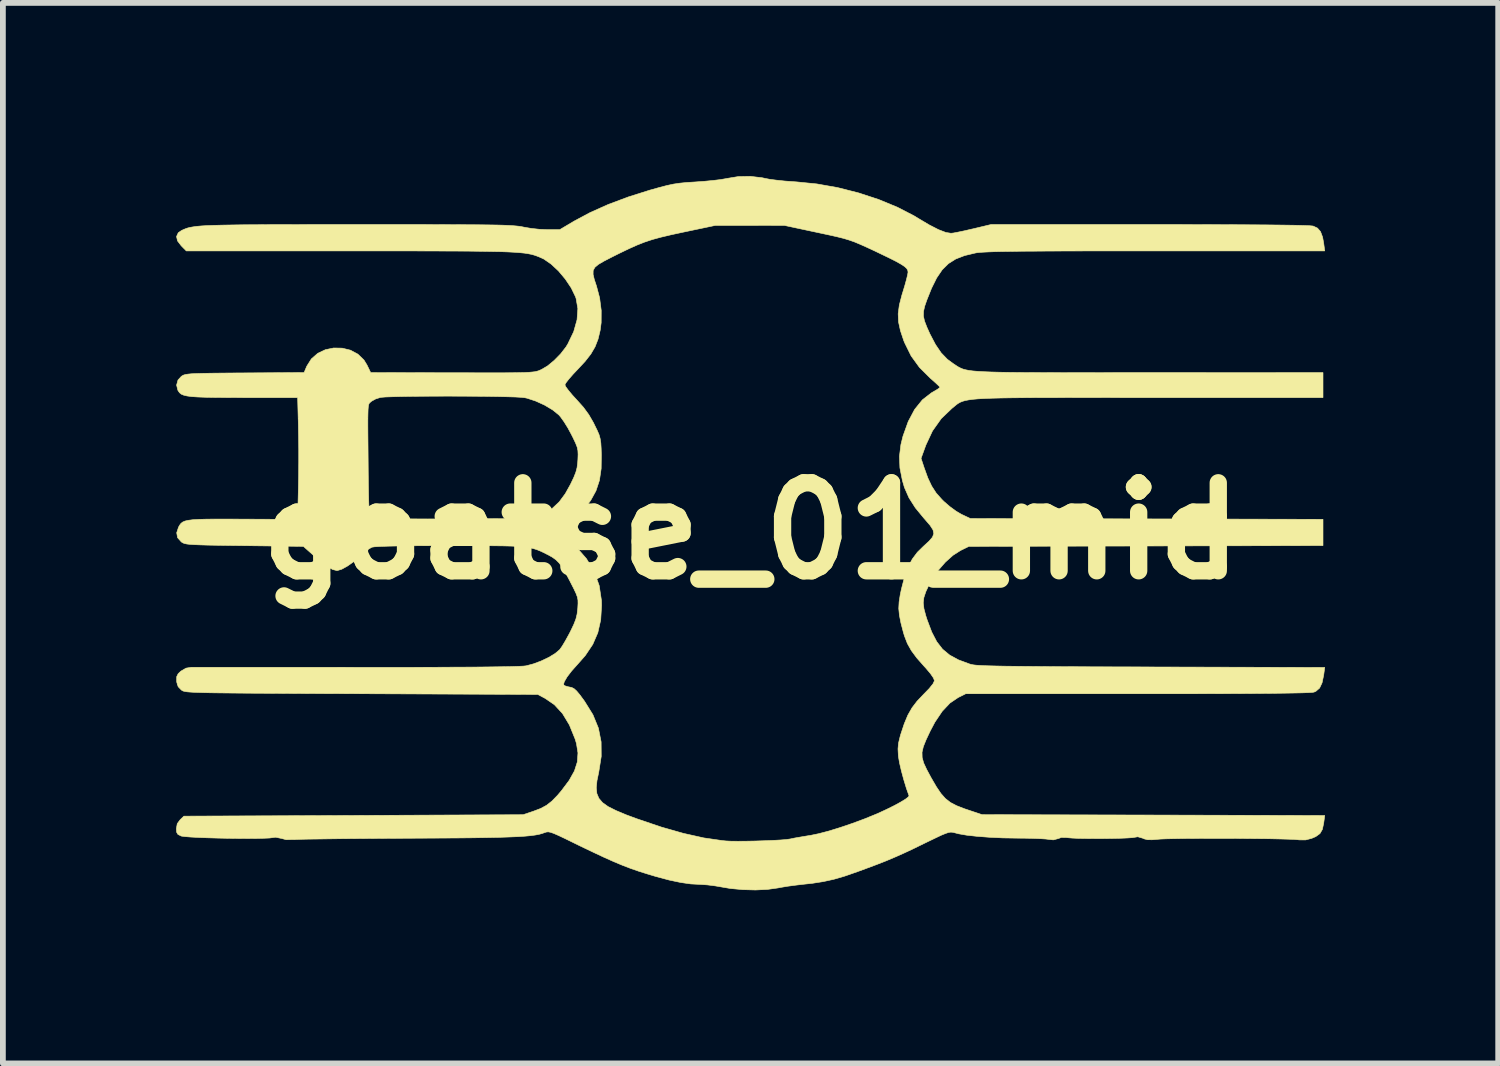
<source format=kicad_pcb>
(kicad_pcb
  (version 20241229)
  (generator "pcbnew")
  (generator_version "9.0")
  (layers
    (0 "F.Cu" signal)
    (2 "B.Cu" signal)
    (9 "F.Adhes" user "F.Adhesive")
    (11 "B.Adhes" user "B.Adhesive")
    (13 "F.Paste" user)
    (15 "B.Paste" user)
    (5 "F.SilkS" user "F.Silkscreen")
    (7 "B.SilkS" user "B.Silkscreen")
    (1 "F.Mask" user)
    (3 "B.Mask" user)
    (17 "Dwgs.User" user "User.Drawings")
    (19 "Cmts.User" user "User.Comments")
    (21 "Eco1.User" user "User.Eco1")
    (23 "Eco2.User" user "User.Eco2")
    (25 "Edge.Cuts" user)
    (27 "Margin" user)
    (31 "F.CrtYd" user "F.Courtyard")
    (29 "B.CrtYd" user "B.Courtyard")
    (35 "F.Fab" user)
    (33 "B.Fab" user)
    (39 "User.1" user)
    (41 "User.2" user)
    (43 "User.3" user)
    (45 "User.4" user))
  (footprint "goatse_01_mid"
    (layer "F.Cu")
    (at 9.962 6.148)
    (property "Reference" "goatse_01_mid" (at 0 0 0) (layer "F.SilkS") (effects (font (size 1.524 1.524) (thickness 0.3))))
    (attr through_hole)
    (fp_poly (pts (xy 0.19 -6.119) (xy 0.241 -6.108) (xy 0.322 -6.092) (xy 0.44 -6.077) (xy 0.581 -6.062) (xy 0.731 -6.051) (xy 0.787 -6.047) (xy 1.138 -6.012) (xy 1.499 -5.948) (xy 1.859 -5.857) (xy 2.207 -5.743) (xy 2.532 -5.609) (xy 2.821 -5.46) (xy 2.893 -5.416) (xy 3.085 -5.302) (xy 3.245 -5.22) (xy 3.373 -5.171) (xy 3.461 -5.157) (xy 3.507 -5.162) (xy 3.59 -5.178) (xy 3.7 -5.201) (xy 3.824 -5.23) (xy 3.835 -5.232) (xy 4.153 -5.308) (xy 6.896 -5.308) (xy 7.405 -5.308) (xy 7.864 -5.307) (xy 8.273 -5.306) (xy 8.632 -5.304) (xy 8.941 -5.302) (xy 9.2 -5.299) (xy 9.408 -5.296) (xy 9.565 -5.292) (xy 9.672 -5.288) (xy 9.728 -5.283) (xy 9.735 -5.282) (xy 9.81 -5.247) (xy 9.863 -5.186) (xy 9.899 -5.09) (xy 9.918 -4.985) (xy 9.936 -4.851) (xy 7.002 -4.851) (xy 6.54 -4.851) (xy 6.125 -4.851) (xy 5.756 -4.851) (xy 5.429 -4.85) (xy 5.142 -4.849) (xy 4.893 -4.847) (xy 4.678 -4.846) (xy 4.495 -4.843) (xy 4.342 -4.841) (xy 4.214 -4.838) (xy 4.111 -4.834) (xy 4.028 -4.83) (xy 3.964 -4.826) (xy 3.915 -4.821) (xy 3.882 -4.815) (xy 3.698 -4.771) (xy 3.545 -4.712) (xy 3.418 -4.632) (xy 3.309 -4.524) (xy 3.214 -4.384) (xy 3.125 -4.205) (xy 3.045 -4.005) (xy 3.006 -3.894) (xy 2.986 -3.804) (xy 2.984 -3.723) (xy 3.003 -3.637) (xy 3.044 -3.531) (xy 3.097 -3.413) (xy 3.193 -3.23) (xy 3.291 -3.086) (xy 3.399 -2.974) (xy 3.504 -2.897) (xy 3.539 -2.874) (xy 3.57 -2.853) (xy 3.601 -2.835) (xy 3.634 -2.819) (xy 3.671 -2.804) (xy 3.717 -2.792) (xy 3.773 -2.781) (xy 3.842 -2.772) (xy 3.928 -2.765) (xy 4.032 -2.759) (xy 4.158 -2.754) (xy 4.309 -2.75) (xy 4.488 -2.747) (xy 4.696 -2.745) (xy 4.938 -2.744) (xy 5.216 -2.743) (xy 5.532 -2.742) (xy 5.89 -2.742) (xy 6.292 -2.743) (xy 6.741 -2.743) (xy 6.89 -2.743) (xy 9.906 -2.744) (xy 9.906 -2.311) (xy 6.875 -2.311) (xy 6.41 -2.311) (xy 5.992 -2.312) (xy 5.62 -2.312) (xy 5.29 -2.311) (xy 4.999 -2.311) (xy 4.746 -2.309) (xy 4.526 -2.307) (xy 4.338 -2.304) (xy 4.179 -2.3) (xy 4.045 -2.295) (xy 3.933 -2.289) (xy 3.842 -2.281) (xy 3.769 -2.271) (xy 3.71 -2.26) (xy 3.662 -2.246) (xy 3.624 -2.231) (xy 3.591 -2.213) (xy 3.562 -2.193) (xy 3.534 -2.17) (xy 3.503 -2.144) (xy 3.478 -2.124) (xy 3.292 -1.946) (xy 3.141 -1.733) (xy 3.026 -1.487) (xy 3.024 -1.481) (xy 2.943 -1.258) (xy 2.997 -1.095) (xy 3.061 -0.918) (xy 3.127 -0.778) (xy 3.204 -0.659) (xy 3.3 -0.55) (xy 3.339 -0.511) (xy 3.441 -0.423) (xy 3.55 -0.343) (xy 3.647 -0.286) (xy 3.65 -0.285) (xy 3.797 -0.216) (xy 6.852 -0.209) (xy 9.906 -0.202) (xy 9.906 0.253) (xy 6.839 0.26) (xy 3.772 0.267) (xy 3.627 0.338) (xy 3.497 0.421) (xy 3.363 0.541) (xy 3.237 0.686) (xy 3.129 0.843) (xy 3.085 0.925) (xy 3.026 1.051) (xy 2.992 1.153) (xy 2.981 1.245) (xy 2.993 1.345) (xy 3.025 1.467) (xy 3.049 1.541) (xy 3.128 1.75) (xy 3.214 1.916) (xy 3.315 2.047) (xy 3.439 2.15) (xy 3.592 2.233) (xy 3.784 2.304) (xy 3.797 2.308) (xy 3.821 2.314) (xy 3.854 2.32) (xy 3.898 2.325) (xy 3.957 2.329) (xy 4.033 2.333) (xy 4.128 2.336) (xy 4.247 2.339) (xy 4.39 2.342) (xy 4.561 2.344) (xy 4.763 2.346) (xy 4.999 2.348) (xy 5.27 2.35) (xy 5.581 2.351) (xy 5.934 2.353) (xy 6.33 2.354) (xy 6.774 2.355) (xy 6.93 2.356) (xy 9.936 2.364) (xy 9.918 2.496) (xy 9.89 2.63) (xy 9.847 2.721) (xy 9.784 2.776) (xy 9.751 2.791) (xy 9.719 2.796) (xy 9.651 2.8) (xy 9.547 2.804) (xy 9.404 2.807) (xy 9.221 2.81) (xy 8.997 2.813) (xy 8.73 2.815) (xy 8.42 2.817) (xy 8.064 2.818) (xy 7.661 2.819) (xy 7.211 2.819) (xy 6.711 2.819) (xy 6.694 2.819) (xy 3.718 2.819) (xy 3.586 2.885) (xy 3.444 2.981) (xy 3.31 3.123) (xy 3.183 3.312) (xy 3.101 3.467) (xy 3.03 3.618) (xy 2.983 3.735) (xy 2.96 3.833) (xy 2.962 3.923) (xy 2.988 4.018) (xy 3.04 4.13) (xy 3.116 4.272) (xy 3.118 4.275) (xy 3.208 4.43) (xy 3.287 4.547) (xy 3.365 4.635) (xy 3.452 4.703) (xy 3.559 4.759) (xy 3.696 4.812) (xy 3.785 4.842) (xy 4 4.914) (xy 6.968 4.921) (xy 9.936 4.929) (xy 9.918 5.062) (xy 9.895 5.17) (xy 9.853 5.242) (xy 9.781 5.294) (xy 9.712 5.324) (xy 9.605 5.352) (xy 9.491 5.351) (xy 9.468 5.348) (xy 9.403 5.343) (xy 9.295 5.339) (xy 9.15 5.335) (xy 8.975 5.331) (xy 8.777 5.329) (xy 8.562 5.327) (xy 8.338 5.325) (xy 8.112 5.325) (xy 7.89 5.325) (xy 7.679 5.326) (xy 7.487 5.327) (xy 7.32 5.33) (xy 7.185 5.333) (xy 7.089 5.337) (xy 7.055 5.34) (xy 6.944 5.349) (xy 6.867 5.348) (xy 6.81 5.334) (xy 6.783 5.322) (xy 6.697 5.297) (xy 6.65 5.305) (xy 6.605 5.312) (xy 6.519 5.318) (xy 6.401 5.323) (xy 6.261 5.326) (xy 6.108 5.328) (xy 5.952 5.328) (xy 5.803 5.327) (xy 5.67 5.325) (xy 5.562 5.32) (xy 5.49 5.314) (xy 5.469 5.311) (xy 5.373 5.309) (xy 5.325 5.327) (xy 5.235 5.351) (xy 5.159 5.343) (xy 5.104 5.336) (xy 5.008 5.33) (xy 4.883 5.325) (xy 4.737 5.322) (xy 4.61 5.321) (xy 4.363 5.317) (xy 4.129 5.306) (xy 3.917 5.29) (xy 3.735 5.27) (xy 3.591 5.245) (xy 3.53 5.229) (xy 3.494 5.22) (xy 3.46 5.217) (xy 3.421 5.222) (xy 3.368 5.24) (xy 3.294 5.27) (xy 3.193 5.318) (xy 3.056 5.384) (xy 2.992 5.415) (xy 2.804 5.507) (xy 2.641 5.583) (xy 2.49 5.65) (xy 2.339 5.714) (xy 2.173 5.779) (xy 1.98 5.851) (xy 1.841 5.902) (xy 1.623 5.978) (xy 1.431 6.034) (xy 1.248 6.074) (xy 1.056 6.104) (xy 0.914 6.119) (xy 0.777 6.135) (xy 0.634 6.154) (xy 0.508 6.175) (xy 0.462 6.184) (xy 0.284 6.209) (xy 0.076 6.219) (xy -0.145 6.213) (xy -0.36 6.193) (xy -0.495 6.17) (xy -0.623 6.148) (xy -0.757 6.131) (xy -0.872 6.123) (xy -0.893 6.122) (xy -1.048 6.114) (xy -1.221 6.089) (xy -1.42 6.047) (xy -1.652 5.985) (xy -1.799 5.941) (xy -1.945 5.895) (xy -2.084 5.847) (xy -2.225 5.793) (xy -2.376 5.73) (xy -2.544 5.655) (xy -2.738 5.564) (xy -2.966 5.455) (xy -3.076 5.401) (xy -3.225 5.328) (xy -3.337 5.275) (xy -3.417 5.24) (xy -3.474 5.22) (xy -3.515 5.212) (xy -3.546 5.215) (xy -3.575 5.224) (xy -3.62 5.24) (xy -3.674 5.255) (xy -3.739 5.267) (xy -3.82 5.278) (xy -3.919 5.287) (xy -4.041 5.295) (xy -4.188 5.301) (xy -4.364 5.307) (xy -4.572 5.311) (xy -4.816 5.315) (xy -5.1 5.318) (xy -5.427 5.32) (xy -5.799 5.322) (xy -5.931 5.323) (xy -6.237 5.324) (xy -6.531 5.326) (xy -6.808 5.328) (xy -7.064 5.33) (xy -7.295 5.333) (xy -7.497 5.336) (xy -7.664 5.338) (xy -7.793 5.341) (xy -7.879 5.344) (xy -7.916 5.346) (xy -8.058 5.347) (xy -8.132 5.327) (xy -8.238 5.305) (xy -8.291 5.312) (xy -8.344 5.319) (xy -8.438 5.323) (xy -8.566 5.326) (xy -8.719 5.327) (xy -8.889 5.326) (xy -9.068 5.324) (xy -9.248 5.32) (xy -9.419 5.315) (xy -9.576 5.309) (xy -9.708 5.302) (xy -9.807 5.294) (xy -9.867 5.286) (xy -9.874 5.284) (xy -9.93 5.256) (xy -9.953 5.217) (xy -9.957 5.158) (xy -9.941 5.069) (xy -9.891 5.002) (xy -9.826 4.94) (xy -6.888 4.928) (xy -3.95 4.915) (xy -3.772 4.855) (xy -3.646 4.807) (xy -3.544 4.752) (xy -3.451 4.679) (xy -3.353 4.578) (xy -3.287 4.5) (xy -3.152 4.32) (xy -3.061 4.157) (xy -3.011 4.001) (xy -3 3.845) (xy -3.026 3.682) (xy -3.05 3.602) (xy -3.149 3.359) (xy -3.268 3.162) (xy -3.409 3.009) (xy -3.568 2.9) (xy -3.696 2.832) (xy -6.748 2.819) (xy -7.206 2.817) (xy -7.615 2.816) (xy -7.979 2.814) (xy -8.3 2.812) (xy -8.582 2.811) (xy -8.826 2.809) (xy -9.036 2.807) (xy -9.215 2.805) (xy -9.364 2.803) (xy -9.487 2.8) (xy -9.587 2.797) (xy -9.667 2.794) (xy -9.728 2.79) (xy -9.774 2.786) (xy -9.808 2.78) (xy -9.832 2.775) (xy -9.849 2.768) (xy -9.861 2.761) (xy -9.872 2.753) (xy -9.926 2.697) (xy -9.937 2.662) (xy -3.251 2.662) (xy -3.229 2.681) (xy -3.173 2.698) (xy -3.152 2.702) (xy -3.106 2.712) (xy -3.066 2.733) (xy -3.024 2.771) (xy -2.971 2.834) (xy -2.9 2.93) (xy -2.885 2.951) (xy -2.741 3.183) (xy -2.646 3.415) (xy -2.599 3.653) (xy -2.597 3.905) (xy -2.64 4.177) (xy -2.641 4.182) (xy -2.671 4.327) (xy -2.683 4.447) (xy -2.673 4.547) (xy -2.638 4.631) (xy -2.574 4.706) (xy -2.477 4.775) (xy -2.341 4.843) (xy -2.165 4.917) (xy -1.981 4.985) (xy -1.56 5.128) (xy -1.174 5.238) (xy -0.82 5.317) (xy -0.496 5.364) (xy -0.432 5.37) (xy -0.347 5.374) (xy -0.228 5.375) (xy -0.086 5.374) (xy 0.069 5.371) (xy 0.226 5.366) (xy 0.376 5.36) (xy 0.507 5.353) (xy 0.608 5.345) (xy 0.671 5.336) (xy 0.673 5.336) (xy 0.743 5.321) (xy 0.846 5.303) (xy 0.965 5.283) (xy 1.029 5.273) (xy 1.169 5.244) (xy 1.345 5.198) (xy 1.543 5.137) (xy 1.754 5.065) (xy 1.965 4.987) (xy 2.166 4.905) (xy 2.21 4.886) (xy 2.35 4.821) (xy 2.479 4.757) (xy 2.589 4.697) (xy 2.673 4.646) (xy 2.723 4.607) (xy 2.735 4.587) (xy 2.689 4.457) (xy 2.644 4.309) (xy 2.603 4.158) (xy 2.571 4.02) (xy 2.552 3.91) (xy 2.55 3.89) (xy 2.544 3.775) (xy 2.553 3.675) (xy 2.58 3.563) (xy 2.59 3.527) (xy 2.652 3.34) (xy 2.715 3.189) (xy 2.787 3.063) (xy 2.874 2.949) (xy 2.983 2.834) (xy 3.085 2.729) (xy 3.15 2.648) (xy 3.175 2.595) (xy 3.175 2.591) (xy 3.157 2.544) (xy 3.105 2.469) (xy 3.024 2.373) (xy 2.996 2.343) (xy 2.869 2.199) (xy 2.775 2.072) (xy 2.706 1.949) (xy 2.655 1.816) (xy 2.637 1.756) (xy 2.594 1.591) (xy 2.568 1.458) (xy 2.557 1.343) (xy 2.563 1.229) (xy 2.583 1.101) (xy 2.604 1.003) (xy 2.658 0.794) (xy 2.718 0.626) (xy 2.791 0.487) (xy 2.88 0.368) (xy 2.984 0.266) (xy 3.081 0.177) (xy 3.141 0.108) (xy 3.164 0.046) (xy 3.151 -0.018) (xy 3.101 -0.096) (xy 3.015 -0.196) (xy 2.993 -0.221) (xy 2.844 -0.402) (xy 2.734 -0.575) (xy 2.656 -0.752) (xy 2.62 -0.874) (xy 2.577 -1.093) (xy 2.569 -1.293) (xy 2.594 -1.495) (xy 2.63 -1.642) (xy 2.721 -1.896) (xy 2.832 -2.105) (xy 2.966 -2.271) (xy 3.123 -2.393) (xy 3.163 -2.416) (xy 3.226 -2.453) (xy 3.265 -2.482) (xy 3.27 -2.492) (xy 3.249 -2.515) (xy 3.199 -2.562) (xy 3.13 -2.624) (xy 3.104 -2.646) (xy 2.916 -2.833) (xy 2.771 -3.033) (xy 2.66 -3.258) (xy 2.645 -3.294) (xy 2.586 -3.47) (xy 2.553 -3.621) (xy 2.547 -3.763) (xy 2.567 -3.914) (xy 2.612 -4.088) (xy 2.627 -4.136) (xy 2.663 -4.255) (xy 2.692 -4.361) (xy 2.711 -4.441) (xy 2.718 -4.483) (xy 2.713 -4.515) (xy 2.695 -4.547) (xy 2.658 -4.581) (xy 2.597 -4.621) (xy 2.508 -4.671) (xy 2.385 -4.733) (xy 2.223 -4.811) (xy 2.144 -4.849) (xy 2.004 -4.914) (xy 1.89 -4.965) (xy 1.792 -5.006) (xy 1.699 -5.039) (xy 1.599 -5.069) (xy 1.483 -5.098) (xy 1.339 -5.13) (xy 1.157 -5.169) (xy 1.143 -5.172) (xy 0.572 -5.294) (xy -0.025 -5.293) (xy -0.622 -5.293) (xy -1.183 -5.175) (xy -1.392 -5.13) (xy -1.564 -5.089) (xy -1.711 -5.049) (xy -1.844 -5.005) (xy -1.976 -4.953) (xy -2.119 -4.889) (xy -2.285 -4.809) (xy -2.413 -4.745) (xy -2.551 -4.674) (xy -2.648 -4.617) (xy -2.708 -4.566) (xy -2.737 -4.511) (xy -2.738 -4.444) (xy -2.717 -4.356) (xy -2.679 -4.242) (xy -2.625 -4.038) (xy -2.597 -3.82) (xy -2.598 -3.608) (xy -2.615 -3.477) (xy -2.652 -3.323) (xy -2.704 -3.19) (xy -2.777 -3.065) (xy -2.877 -2.937) (xy -2.997 -2.808) (xy -3.084 -2.716) (xy -3.155 -2.635) (xy -3.205 -2.571) (xy -3.226 -2.533) (xy -3.226 -2.53) (xy -3.209 -2.495) (xy -3.163 -2.433) (xy -3.096 -2.353) (xy -3.027 -2.278) (xy -2.906 -2.143) (xy -2.813 -2.016) (xy -2.733 -1.878) (xy -2.716 -1.843) (xy -2.668 -1.745) (xy -2.635 -1.669) (xy -2.616 -1.601) (xy -2.604 -1.525) (xy -2.598 -1.426) (xy -2.595 -1.319) (xy -2.598 -1.081) (xy -2.628 -0.877) (xy -2.688 -0.696) (xy -2.781 -0.527) (xy -2.914 -0.357) (xy -2.968 -0.298) (xy -3.077 -0.179) (xy -3.154 -0.089) (xy -3.201 -0.022) (xy -3.223 0.027) (xy -3.226 0.048) (xy -3.209 0.08) (xy -3.162 0.138) (xy -3.094 0.212) (xy -3.036 0.27) (xy -2.853 0.48) (xy -2.718 0.706) (xy -2.632 0.947) (xy -2.593 1.205) (xy -2.591 1.289) (xy -2.606 1.54) (xy -2.656 1.762) (xy -2.744 1.965) (xy -2.874 2.159) (xy -3.008 2.311) (xy -3.11 2.425) (xy -3.188 2.527) (xy -3.237 2.611) (xy -3.251 2.662) (xy -9.937 2.662) (xy -9.95 2.62) (xy -9.952 2.598) (xy -9.951 2.524) (xy -9.926 2.473) (xy -9.88 2.429) (xy -9.789 2.376) (xy -9.695 2.361) (xy -9.655 2.361) (xy -9.569 2.361) (xy -9.438 2.361) (xy -9.267 2.361) (xy -9.058 2.361) (xy -8.817 2.361) (xy -8.544 2.361) (xy -8.245 2.361) (xy -7.923 2.361) (xy -7.581 2.361) (xy -7.222 2.361) (xy -6.85 2.362) (xy -6.82 2.362) (xy -6.321 2.362) (xy -5.872 2.362) (xy -5.472 2.361) (xy -5.12 2.359) (xy -4.814 2.358) (xy -4.553 2.355) (xy -4.337 2.352) (xy -4.165 2.349) (xy -4.035 2.345) (xy -3.947 2.341) (xy -3.899 2.336) (xy -3.771 2.302) (xy -3.635 2.251) (xy -3.505 2.189) (xy -3.395 2.122) (xy -3.319 2.058) (xy -3.315 2.054) (xy -3.274 1.996) (xy -3.22 1.906) (xy -3.162 1.801) (xy -3.131 1.742) (xy -3.073 1.621) (xy -3.036 1.526) (xy -3.015 1.439) (xy -3.004 1.344) (xy -3.003 1.333) (xy -2.999 1.257) (xy -3 1.197) (xy -3.011 1.142) (xy -3.035 1.078) (xy -3.075 0.994) (xy -3.135 0.877) (xy -3.135 0.876) (xy -3.21 0.735) (xy -3.271 0.631) (xy -3.326 0.555) (xy -3.382 0.499) (xy -3.446 0.453) (xy -3.527 0.408) (xy -3.531 0.407) (xy -3.596 0.374) (xy -3.656 0.346) (xy -3.714 0.323) (xy -3.775 0.304) (xy -3.845 0.289) (xy -3.927 0.277) (xy -4.027 0.268) (xy -4.15 0.262) (xy -4.301 0.258) (xy -4.483 0.256) (xy -4.703 0.254) (xy -4.965 0.254) (xy -5.223 0.254) (xy -5.558 0.255) (xy -5.847 0.256) (xy -6.088 0.259) (xy -6.282 0.263) (xy -6.427 0.268) (xy -6.524 0.274) (xy -6.57 0.281) (xy -6.57 0.281) (xy -6.623 0.312) (xy -6.696 0.367) (xy -6.775 0.436) (xy -6.782 0.443) (xy -6.888 0.534) (xy -6.995 0.609) (xy -7.091 0.662) (xy -7.166 0.685) (xy -7.176 0.686) (xy -7.251 0.667) (xy -7.352 0.608) (xy -7.48 0.51) (xy -7.567 0.435) (xy -7.756 0.267) (xy -8.778 0.254) (xy -9.033 0.251) (xy -9.243 0.248) (xy -9.411 0.245) (xy -9.543 0.241) (xy -9.645 0.237) (xy -9.72 0.232) (xy -9.774 0.226) (xy -9.813 0.218) (xy -9.84 0.208) (xy -9.861 0.196) (xy -9.872 0.188) (xy -9.936 0.116) (xy -9.951 0.031) (xy -9.919 -0.067) (xy -9.899 -0.102) (xy -9.877 -0.131) (xy -9.848 -0.154) (xy -9.807 -0.172) (xy -9.75 -0.185) (xy -9.671 -0.195) (xy -9.565 -0.201) (xy -9.428 -0.205) (xy -9.255 -0.206) (xy -9.04 -0.206) (xy -8.799 -0.205) (xy -7.856 -0.201) (xy -7.843 -0.744) (xy -7.839 -0.951) (xy -7.837 -1.184) (xy -7.837 -1.423) (xy -7.84 -1.648) (xy -7.843 -1.799) (xy -7.843 -1.821) (xy -6.64 -1.821) (xy -6.639 -1.665) (xy -6.637 -1.471) (xy -6.635 -1.234) (xy -6.633 -1.003) (xy -6.631 -0.827) (xy -6.628 -0.665) (xy -6.625 -0.526) (xy -6.621 -0.417) (xy -6.617 -0.346) (xy -6.613 -0.322) (xy -6.604 -0.297) (xy -6.59 -0.276) (xy -6.567 -0.258) (xy -6.532 -0.244) (xy -6.48 -0.233) (xy -6.408 -0.224) (xy -6.311 -0.217) (xy -6.187 -0.213) (xy -6.03 -0.21) (xy -5.837 -0.209) (xy -5.604 -0.208) (xy -5.327 -0.209) (xy -5.08 -0.21) (xy -3.721 -0.216) (xy -3.596 -0.29) (xy -3.445 -0.391) (xy -3.323 -0.506) (xy -3.219 -0.647) (xy -3.13 -0.807) (xy -3.073 -0.926) (xy -3.037 -1.017) (xy -3.016 -1.096) (xy -3.005 -1.182) (xy -3.001 -1.239) (xy -2.998 -1.326) (xy -3.001 -1.392) (xy -3.014 -1.453) (xy -3.041 -1.522) (xy -3.085 -1.615) (xy -3.115 -1.674) (xy -3.176 -1.787) (xy -3.242 -1.893) (xy -3.303 -1.978) (xy -3.333 -2.012) (xy -3.44 -2.098) (xy -3.579 -2.181) (xy -3.733 -2.251) (xy -3.882 -2.3) (xy -3.924 -2.309) (xy -3.983 -2.315) (xy -4.086 -2.321) (xy -4.226 -2.325) (xy -4.397 -2.329) (xy -4.592 -2.332) (xy -4.804 -2.334) (xy -5.028 -2.335) (xy -5.255 -2.336) (xy -5.48 -2.335) (xy -5.696 -2.334) (xy -5.897 -2.332) (xy -6.075 -2.329) (xy -6.224 -2.325) (xy -6.338 -2.321) (xy -6.41 -2.315) (xy -6.423 -2.313) (xy -6.505 -2.287) (xy -6.574 -2.249) (xy -6.588 -2.237) (xy -6.601 -2.226) (xy -6.612 -2.216) (xy -6.62 -2.203) (xy -6.627 -2.183) (xy -6.632 -2.152) (xy -6.636 -2.104) (xy -6.638 -2.036) (xy -6.64 -1.943) (xy -6.64 -1.821) (xy -7.843 -1.821) (xy -7.856 -2.311) (xy -8.793 -2.311) (xy -9.055 -2.312) (xy -9.272 -2.313) (xy -9.447 -2.316) (xy -9.586 -2.321) (xy -9.693 -2.328) (xy -9.773 -2.339) (xy -9.831 -2.353) (xy -9.873 -2.371) (xy -9.901 -2.394) (xy -9.922 -2.423) (xy -9.931 -2.438) (xy -9.953 -2.527) (xy -9.929 -2.614) (xy -9.872 -2.677) (xy -9.853 -2.69) (xy -9.831 -2.701) (xy -9.801 -2.71) (xy -9.758 -2.717) (xy -9.697 -2.723) (xy -9.613 -2.727) (xy -9.502 -2.73) (xy -9.358 -2.733) (xy -9.177 -2.735) (xy -8.954 -2.737) (xy -8.773 -2.738) (xy -7.744 -2.745) (xy -7.698 -2.854) (xy -7.618 -2.981) (xy -7.508 -3.077) (xy -7.376 -3.14) (xy -7.232 -3.17) (xy -7.084 -3.167) (xy -6.941 -3.132) (xy -6.812 -3.063) (xy -6.707 -2.961) (xy -6.655 -2.876) (xy -6.591 -2.744) (xy -5.309 -2.741) (xy -4.991 -2.741) (xy -4.72 -2.74) (xy -4.491 -2.74) (xy -4.301 -2.74) (xy -4.146 -2.741) (xy -4.021 -2.743) (xy -3.923 -2.745) (xy -3.846 -2.749) (xy -3.789 -2.754) (xy -3.745 -2.759) (xy -3.711 -2.767) (xy -3.683 -2.775) (xy -3.658 -2.786) (xy -3.632 -2.797) (xy -3.527 -2.859) (xy -3.412 -2.954) (xy -3.301 -3.067) (xy -3.208 -3.187) (xy -3.176 -3.239) (xy -3.074 -3.452) (xy -3.016 -3.658) (xy -3.002 -3.852) (xy -3.033 -4.03) (xy -3.044 -4.06) (xy -3.117 -4.211) (xy -3.219 -4.363) (xy -3.338 -4.505) (xy -3.466 -4.624) (xy -3.592 -4.711) (xy -3.631 -4.729) (xy -3.674 -4.748) (xy -3.715 -4.764) (xy -3.759 -4.779) (xy -3.806 -4.792) (xy -3.862 -4.803) (xy -3.927 -4.813) (xy -4.006 -4.821) (xy -4.101 -4.828) (xy -4.215 -4.834) (xy -4.351 -4.839) (xy -4.513 -4.842) (xy -4.702 -4.845) (xy -4.922 -4.848) (xy -5.176 -4.849) (xy -5.467 -4.85) (xy -5.797 -4.851) (xy -6.17 -4.851) (xy -6.589 -4.851) (xy -6.952 -4.851) (xy -9.784 -4.851) (xy -9.872 -4.94) (xy -9.937 -5.025) (xy -9.954 -5.101) (xy -9.924 -5.166) (xy -9.868 -5.205) (xy -9.834 -5.221) (xy -9.8 -5.235) (xy -9.763 -5.248) (xy -9.719 -5.259) (xy -9.667 -5.268) (xy -9.603 -5.277) (xy -9.524 -5.284) (xy -9.427 -5.29) (xy -9.31 -5.294) (xy -9.168 -5.298) (xy -8.999 -5.301) (xy -8.8 -5.304) (xy -8.569 -5.305) (xy -8.301 -5.307) (xy -7.995 -5.307) (xy -7.646 -5.308) (xy -7.253 -5.308) (xy -6.825 -5.308) (xy -6.394 -5.308) (xy -6.011 -5.308) (xy -5.672 -5.308) (xy -5.375 -5.307) (xy -5.117 -5.306) (xy -4.894 -5.305) (xy -4.704 -5.304) (xy -4.543 -5.302) (xy -4.409 -5.3) (xy -4.298 -5.297) (xy -4.207 -5.293) (xy -4.133 -5.289) (xy -4.074 -5.284) (xy -4.026 -5.279) (xy -3.986 -5.273) (xy -3.95 -5.266) (xy -3.942 -5.264) (xy -3.815 -5.242) (xy -3.669 -5.226) (xy -3.534 -5.22) (xy -3.531 -5.22) (xy -3.315 -5.22) (xy -3.064 -5.369) (xy -2.791 -5.515) (xy -2.476 -5.656) (xy -2.126 -5.787) (xy -1.753 -5.905) (xy -1.588 -5.951) (xy -1.457 -5.985) (xy -1.345 -6.009) (xy -1.236 -6.025) (xy -1.115 -6.037) (xy -0.968 -6.046) (xy -0.953 -6.047) (xy -0.804 -6.058) (xy -0.659 -6.072) (xy -0.533 -6.087) (xy -0.439 -6.103) (xy -0.419 -6.107) (xy -0.224 -6.139) (xy -0.013 -6.143) (xy 0.19 -6.119)) (stroke (width 0.01) (type solid)) (fill yes) (layer "F.SilkS")))
  (gr_rect
    (start -3 -3)
    (end 22.903 15.371)
    (stroke (width 0.1) (type default))
    (fill no)
    (layer "Edge.Cuts")))
</source>
